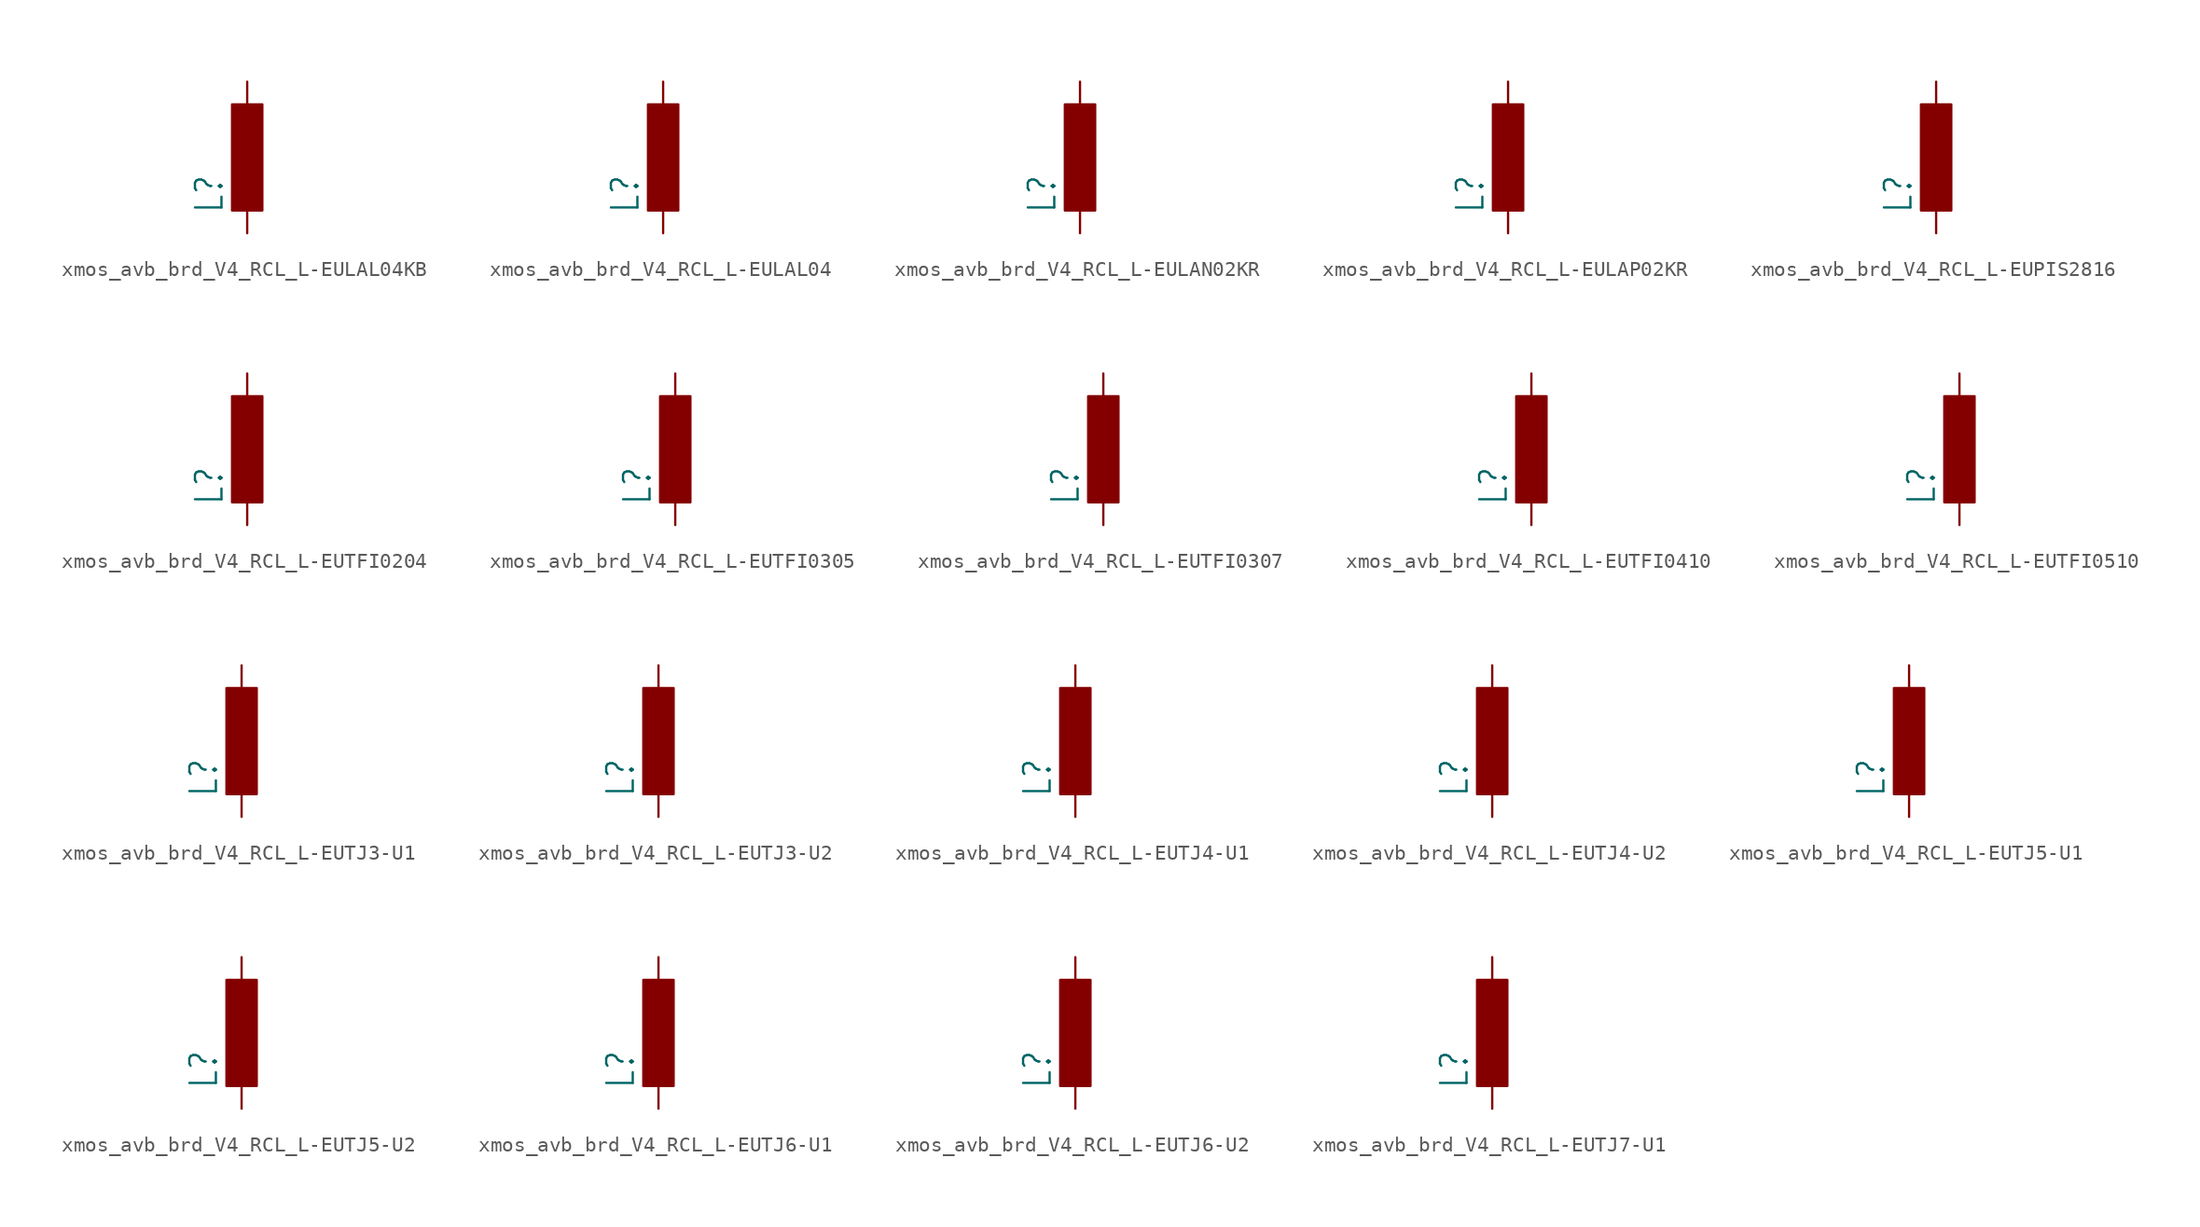
<source format=kicad_sym>
(kicad_symbol_lib
  (version 20241209)
  (generator "kicad_symbol_editor")
  (generator_version "9.0")
  (symbol "xmos_avb_brd_V4_RCL_L-EULAL04KB"
    (property "Reference" "L"
      (at -1.499 -3.81 90)
      (effects (font (size 1.778 1.511)) (justify left bottom)))
    (property "Value" ""
      (at 3.302 -3.81 90)
      (effects (font (size 1.778 1.511)) (justify left bottom)))
    (property "ki_locked" ""
      (at 0 0 0)
      (effects (font (size 1.27 1.27))))
    (symbol "xmos_avb_brd_V4_RCL_L-EULAL04KB_1_0"
      (rectangle (start -1.016 -3.556) (end 1.016 3.556) (stroke (width 0) (type default)) (fill (type outline)))
      (pin passive line (at 0 5.08 270) (length 2.54) (name "1" (effects (font (size 0 0)))) (number "1" (effects (font (size 0 0)))))
      (pin passive line (at 0 -5.08 90) (length 2.54) (name "2" (effects (font (size 0 0)))) (number "2" (effects (font (size 0 0)))))))
  (symbol "xmos_avb_brd_V4_RCL_L-EULAL04"
    (property "Reference" "L"
      (at -1.499 -3.81 90)
      (effects (font (size 1.778 1.511)) (justify left bottom)))
    (property "Value" ""
      (at 3.302 -3.81 90)
      (effects (font (size 1.778 1.511)) (justify left bottom)))
    (property "ki_locked" ""
      (at 0 0 0)
      (effects (font (size 1.27 1.27))))
    (symbol "xmos_avb_brd_V4_RCL_L-EULAL04_1_0"
      (rectangle (start -1.016 -3.556) (end 1.016 3.556) (stroke (width 0) (type default)) (fill (type outline)))
      (pin passive line (at 0 5.08 270) (length 2.54) (name "1" (effects (font (size 0 0)))) (number "1" (effects (font (size 0 0)))))
      (pin passive line (at 0 -5.08 90) (length 2.54) (name "2" (effects (font (size 0 0)))) (number "2" (effects (font (size 0 0)))))))
  (symbol "xmos_avb_brd_V4_RCL_L-EULAN02KR"
    (property "Reference" "L"
      (at -1.499 -3.81 90)
      (effects (font (size 1.778 1.511)) (justify left bottom)))
    (property "Value" ""
      (at 3.302 -3.81 90)
      (effects (font (size 1.778 1.511)) (justify left bottom)))
    (property "ki_locked" ""
      (at 0 0 0)
      (effects (font (size 1.27 1.27))))
    (symbol "xmos_avb_brd_V4_RCL_L-EULAN02KR_1_0"
      (rectangle (start -1.016 -3.556) (end 1.016 3.556) (stroke (width 0) (type default)) (fill (type outline)))
      (pin passive line (at 0 5.08 270) (length 2.54) (name "1" (effects (font (size 0 0)))) (number "1" (effects (font (size 0 0)))))
      (pin passive line (at 0 -5.08 90) (length 2.54) (name "2" (effects (font (size 0 0)))) (number "2" (effects (font (size 0 0)))))))
  (symbol "xmos_avb_brd_V4_RCL_L-EULAP02KR"
    (property "Reference" "L"
      (at -1.499 -3.81 90)
      (effects (font (size 1.778 1.511)) (justify left bottom)))
    (property "Value" ""
      (at 3.302 -3.81 90)
      (effects (font (size 1.778 1.511)) (justify left bottom)))
    (property "ki_locked" ""
      (at 0 0 0)
      (effects (font (size 1.27 1.27))))
    (symbol "xmos_avb_brd_V4_RCL_L-EULAP02KR_1_0"
      (rectangle (start -1.016 -3.556) (end 1.016 3.556) (stroke (width 0) (type default)) (fill (type outline)))
      (pin passive line (at 0 5.08 270) (length 2.54) (name "1" (effects (font (size 0 0)))) (number "1" (effects (font (size 0 0)))))
      (pin passive line (at 0 -5.08 90) (length 2.54) (name "2" (effects (font (size 0 0)))) (number "2" (effects (font (size 0 0)))))))
  (symbol "xmos_avb_brd_V4_RCL_L-EUPIS2816"
    (property "Reference" "L"
      (at -1.499 -3.81 90)
      (effects (font (size 1.778 1.511)) (justify left bottom)))
    (property "Value" ""
      (at 3.302 -3.81 90)
      (effects (font (size 1.778 1.511)) (justify left bottom)))
    (property "ki_locked" ""
      (at 0 0 0)
      (effects (font (size 1.27 1.27))))
    (symbol "xmos_avb_brd_V4_RCL_L-EUPIS2816_1_0"
      (rectangle (start -1.016 -3.556) (end 1.016 3.556) (stroke (width 0) (type default)) (fill (type outline)))
      (pin passive line (at 0 5.08 270) (length 2.54) (name "1" (effects (font (size 0 0)))) (number "1" (effects (font (size 0 0)))))
      (pin passive line (at 0 -5.08 90) (length 2.54) (name "2" (effects (font (size 0 0)))) (number "2" (effects (font (size 0 0)))))))
  (symbol "xmos_avb_brd_V4_RCL_L-EUTFI0204"
    (property "Reference" "L"
      (at -1.499 -3.81 90)
      (effects (font (size 1.778 1.511)) (justify left bottom)))
    (property "Value" ""
      (at 3.302 -3.81 90)
      (effects (font (size 1.778 1.511)) (justify left bottom)))
    (property "ki_locked" ""
      (at 0 0 0)
      (effects (font (size 1.27 1.27))))
    (symbol "xmos_avb_brd_V4_RCL_L-EUTFI0204_1_0"
      (rectangle (start -1.016 -3.556) (end 1.016 3.556) (stroke (width 0) (type default)) (fill (type outline)))
      (pin passive line (at 0 5.08 270) (length 2.54) (name "1" (effects (font (size 0 0)))) (number "1" (effects (font (size 0 0)))))
      (pin passive line (at 0 -5.08 90) (length 2.54) (name "2" (effects (font (size 0 0)))) (number "2" (effects (font (size 0 0)))))))
  (symbol "xmos_avb_brd_V4_RCL_L-EUTFI0305"
    (property "Reference" "L"
      (at -1.499 -3.81 90)
      (effects (font (size 1.778 1.511)) (justify left bottom)))
    (property "Value" ""
      (at 3.302 -3.81 90)
      (effects (font (size 1.778 1.511)) (justify left bottom)))
    (property "ki_locked" ""
      (at 0 0 0)
      (effects (font (size 1.27 1.27))))
    (symbol "xmos_avb_brd_V4_RCL_L-EUTFI0305_1_0"
      (rectangle (start -1.016 -3.556) (end 1.016 3.556) (stroke (width 0) (type default)) (fill (type outline)))
      (pin passive line (at 0 5.08 270) (length 2.54) (name "1" (effects (font (size 0 0)))) (number "1" (effects (font (size 0 0)))))
      (pin passive line (at 0 -5.08 90) (length 2.54) (name "2" (effects (font (size 0 0)))) (number "2" (effects (font (size 0 0)))))))
  (symbol "xmos_avb_brd_V4_RCL_L-EUTFI0307"
    (property "Reference" "L"
      (at -1.499 -3.81 90)
      (effects (font (size 1.778 1.511)) (justify left bottom)))
    (property "Value" ""
      (at 3.302 -3.81 90)
      (effects (font (size 1.778 1.511)) (justify left bottom)))
    (property "ki_locked" ""
      (at 0 0 0)
      (effects (font (size 1.27 1.27))))
    (symbol "xmos_avb_brd_V4_RCL_L-EUTFI0307_1_0"
      (rectangle (start -1.016 -3.556) (end 1.016 3.556) (stroke (width 0) (type default)) (fill (type outline)))
      (pin passive line (at 0 5.08 270) (length 2.54) (name "1" (effects (font (size 0 0)))) (number "1" (effects (font (size 0 0)))))
      (pin passive line (at 0 -5.08 90) (length 2.54) (name "2" (effects (font (size 0 0)))) (number "2" (effects (font (size 0 0)))))))
  (symbol "xmos_avb_brd_V4_RCL_L-EUTFI0410"
    (property "Reference" "L"
      (at -1.499 -3.81 90)
      (effects (font (size 1.778 1.511)) (justify left bottom)))
    (property "Value" ""
      (at 3.302 -3.81 90)
      (effects (font (size 1.778 1.511)) (justify left bottom)))
    (property "ki_locked" ""
      (at 0 0 0)
      (effects (font (size 1.27 1.27))))
    (symbol "xmos_avb_brd_V4_RCL_L-EUTFI0410_1_0"
      (rectangle (start -1.016 -3.556) (end 1.016 3.556) (stroke (width 0) (type default)) (fill (type outline)))
      (pin passive line (at 0 5.08 270) (length 2.54) (name "1" (effects (font (size 0 0)))) (number "1" (effects (font (size 0 0)))))
      (pin passive line (at 0 -5.08 90) (length 2.54) (name "2" (effects (font (size 0 0)))) (number "2" (effects (font (size 0 0)))))))
  (symbol "xmos_avb_brd_V4_RCL_L-EUTFI0510"
    (property "Reference" "L"
      (at -1.499 -3.81 90)
      (effects (font (size 1.778 1.511)) (justify left bottom)))
    (property "Value" ""
      (at 3.302 -3.81 90)
      (effects (font (size 1.778 1.511)) (justify left bottom)))
    (property "ki_locked" ""
      (at 0 0 0)
      (effects (font (size 1.27 1.27))))
    (symbol "xmos_avb_brd_V4_RCL_L-EUTFI0510_1_0"
      (rectangle (start -1.016 -3.556) (end 1.016 3.556) (stroke (width 0) (type default)) (fill (type outline)))
      (pin passive line (at 0 5.08 270) (length 2.54) (name "1" (effects (font (size 0 0)))) (number "1" (effects (font (size 0 0)))))
      (pin passive line (at 0 -5.08 90) (length 2.54) (name "2" (effects (font (size 0 0)))) (number "2" (effects (font (size 0 0)))))))
  (symbol "xmos_avb_brd_V4_RCL_L-EUTJ3-U1"
    (property "Reference" "L"
      (at -1.499 -3.81 90)
      (effects (font (size 1.778 1.511)) (justify left bottom)))
    (property "Value" ""
      (at 3.302 -3.81 90)
      (effects (font (size 1.778 1.511)) (justify left bottom)))
    (property "ki_locked" ""
      (at 0 0 0)
      (effects (font (size 1.27 1.27))))
    (symbol "xmos_avb_brd_V4_RCL_L-EUTJ3-U1_1_0"
      (rectangle (start -1.016 -3.556) (end 1.016 3.556) (stroke (width 0) (type default)) (fill (type outline)))
      (pin passive line (at 0 5.08 270) (length 2.54) (name "1" (effects (font (size 0 0)))) (number "1" (effects (font (size 0 0)))))
      (pin passive line (at 0 -5.08 90) (length 2.54) (name "2" (effects (font (size 0 0)))) (number "2" (effects (font (size 0 0)))))))
  (symbol "xmos_avb_brd_V4_RCL_L-EUTJ3-U2"
    (property "Reference" "L"
      (at -1.499 -3.81 90)
      (effects (font (size 1.778 1.511)) (justify left bottom)))
    (property "Value" ""
      (at 3.302 -3.81 90)
      (effects (font (size 1.778 1.511)) (justify left bottom)))
    (property "ki_locked" ""
      (at 0 0 0)
      (effects (font (size 1.27 1.27))))
    (symbol "xmos_avb_brd_V4_RCL_L-EUTJ3-U2_1_0"
      (rectangle (start -1.016 -3.556) (end 1.016 3.556) (stroke (width 0) (type default)) (fill (type outline)))
      (pin passive line (at 0 5.08 270) (length 2.54) (name "1" (effects (font (size 0 0)))) (number "1" (effects (font (size 0 0)))))
      (pin passive line (at 0 -5.08 90) (length 2.54) (name "2" (effects (font (size 0 0)))) (number "2" (effects (font (size 0 0)))))))
  (symbol "xmos_avb_brd_V4_RCL_L-EUTJ4-U1"
    (property "Reference" "L"
      (at -1.499 -3.81 90)
      (effects (font (size 1.778 1.511)) (justify left bottom)))
    (property "Value" ""
      (at 3.302 -3.81 90)
      (effects (font (size 1.778 1.511)) (justify left bottom)))
    (property "ki_locked" ""
      (at 0 0 0)
      (effects (font (size 1.27 1.27))))
    (symbol "xmos_avb_brd_V4_RCL_L-EUTJ4-U1_1_0"
      (rectangle (start -1.016 -3.556) (end 1.016 3.556) (stroke (width 0) (type default)) (fill (type outline)))
      (pin passive line (at 0 5.08 270) (length 2.54) (name "1" (effects (font (size 0 0)))) (number "1" (effects (font (size 0 0)))))
      (pin passive line (at 0 -5.08 90) (length 2.54) (name "2" (effects (font (size 0 0)))) (number "2" (effects (font (size 0 0)))))))
  (symbol "xmos_avb_brd_V4_RCL_L-EUTJ4-U2"
    (property "Reference" "L"
      (at -1.499 -3.81 90)
      (effects (font (size 1.778 1.511)) (justify left bottom)))
    (property "Value" ""
      (at 3.302 -3.81 90)
      (effects (font (size 1.778 1.511)) (justify left bottom)))
    (property "ki_locked" ""
      (at 0 0 0)
      (effects (font (size 1.27 1.27))))
    (symbol "xmos_avb_brd_V4_RCL_L-EUTJ4-U2_1_0"
      (rectangle (start -1.016 -3.556) (end 1.016 3.556) (stroke (width 0) (type default)) (fill (type outline)))
      (pin passive line (at 0 5.08 270) (length 2.54) (name "1" (effects (font (size 0 0)))) (number "1" (effects (font (size 0 0)))))
      (pin passive line (at 0 -5.08 90) (length 2.54) (name "2" (effects (font (size 0 0)))) (number "2" (effects (font (size 0 0)))))))
  (symbol "xmos_avb_brd_V4_RCL_L-EUTJ5-U1"
    (property "Reference" "L"
      (at -1.499 -3.81 90)
      (effects (font (size 1.778 1.511)) (justify left bottom)))
    (property "Value" ""
      (at 3.302 -3.81 90)
      (effects (font (size 1.778 1.511)) (justify left bottom)))
    (property "ki_locked" ""
      (at 0 0 0)
      (effects (font (size 1.27 1.27))))
    (symbol "xmos_avb_brd_V4_RCL_L-EUTJ5-U1_1_0"
      (rectangle (start -1.016 -3.556) (end 1.016 3.556) (stroke (width 0) (type default)) (fill (type outline)))
      (pin passive line (at 0 5.08 270) (length 2.54) (name "1" (effects (font (size 0 0)))) (number "1" (effects (font (size 0 0)))))
      (pin passive line (at 0 -5.08 90) (length 2.54) (name "2" (effects (font (size 0 0)))) (number "2" (effects (font (size 0 0)))))))
  (symbol "xmos_avb_brd_V4_RCL_L-EUTJ5-U2"
    (property "Reference" "L"
      (at -1.499 -3.81 90)
      (effects (font (size 1.778 1.511)) (justify left bottom)))
    (property "Value" ""
      (at 3.302 -3.81 90)
      (effects (font (size 1.778 1.511)) (justify left bottom)))
    (property "ki_locked" ""
      (at 0 0 0)
      (effects (font (size 1.27 1.27))))
    (symbol "xmos_avb_brd_V4_RCL_L-EUTJ5-U2_1_0"
      (rectangle (start -1.016 -3.556) (end 1.016 3.556) (stroke (width 0) (type default)) (fill (type outline)))
      (pin passive line (at 0 5.08 270) (length 2.54) (name "1" (effects (font (size 0 0)))) (number "1" (effects (font (size 0 0)))))
      (pin passive line (at 0 -5.08 90) (length 2.54) (name "2" (effects (font (size 0 0)))) (number "2" (effects (font (size 0 0)))))))
  (symbol "xmos_avb_brd_V4_RCL_L-EUTJ6-U1"
    (property "Reference" "L"
      (at -1.499 -3.81 90)
      (effects (font (size 1.778 1.511)) (justify left bottom)))
    (property "Value" ""
      (at 3.302 -3.81 90)
      (effects (font (size 1.778 1.511)) (justify left bottom)))
    (property "ki_locked" ""
      (at 0 0 0)
      (effects (font (size 1.27 1.27))))
    (symbol "xmos_avb_brd_V4_RCL_L-EUTJ6-U1_1_0"
      (rectangle (start -1.016 -3.556) (end 1.016 3.556) (stroke (width 0) (type default)) (fill (type outline)))
      (pin passive line (at 0 5.08 270) (length 2.54) (name "1" (effects (font (size 0 0)))) (number "1" (effects (font (size 0 0)))))
      (pin passive line (at 0 -5.08 90) (length 2.54) (name "2" (effects (font (size 0 0)))) (number "2" (effects (font (size 0 0)))))))
  (symbol "xmos_avb_brd_V4_RCL_L-EUTJ6-U2"
    (property "Reference" "L"
      (at -1.499 -3.81 90)
      (effects (font (size 1.778 1.511)) (justify left bottom)))
    (property "Value" ""
      (at 3.302 -3.81 90)
      (effects (font (size 1.778 1.511)) (justify left bottom)))
    (property "ki_locked" ""
      (at 0 0 0)
      (effects (font (size 1.27 1.27))))
    (symbol "xmos_avb_brd_V4_RCL_L-EUTJ6-U2_1_0"
      (rectangle (start -1.016 -3.556) (end 1.016 3.556) (stroke (width 0) (type default)) (fill (type outline)))
      (pin passive line (at 0 5.08 270) (length 2.54) (name "1" (effects (font (size 0 0)))) (number "1" (effects (font (size 0 0)))))
      (pin passive line (at 0 -5.08 90) (length 2.54) (name "2" (effects (font (size 0 0)))) (number "2" (effects (font (size 0 0)))))))
  (symbol "xmos_avb_brd_V4_RCL_L-EUTJ7-U1"
    (property "Reference" "L"
      (at -1.499 -3.81 90)
      (effects (font (size 1.778 1.511)) (justify left bottom)))
    (property "Value" ""
      (at 3.302 -3.81 90)
      (effects (font (size 1.778 1.511)) (justify left bottom)))
    (property "ki_locked" ""
      (at 0 0 0)
      (effects (font (size 1.27 1.27))))
    (symbol "xmos_avb_brd_V4_RCL_L-EUTJ7-U1_1_0"
      (rectangle (start -1.016 -3.556) (end 1.016 3.556) (stroke (width 0) (type default)) (fill (type outline)))
      (pin passive line (at 0 5.08 270) (length 2.54) (name "1" (effects (font (size 0 0)))) (number "1" (effects (font (size 0 0)))))
      (pin passive line (at 0 -5.08 90) (length 2.54) (name "2" (effects (font (size 0 0)))) (number "2" (effects (font (size 0 0))))))))
</source>
